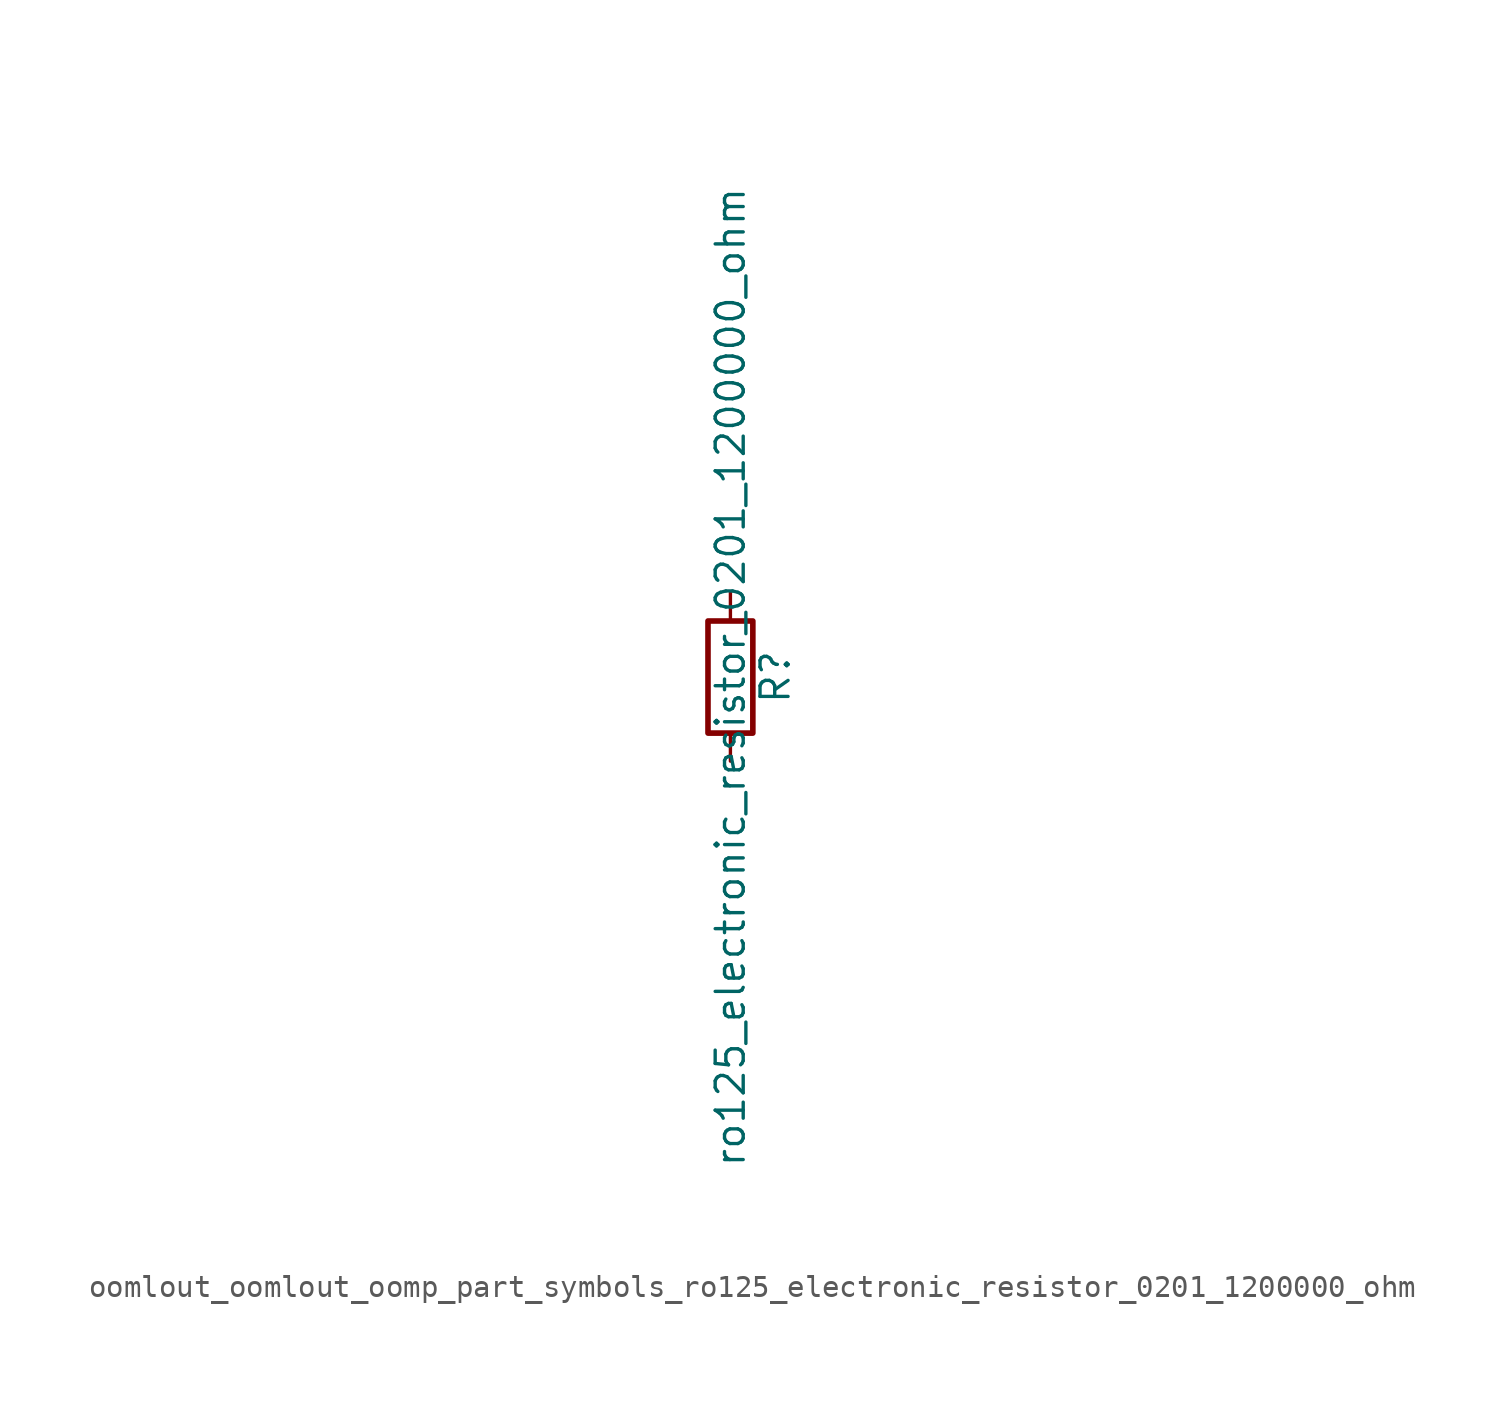
<source format=kicad_sym>
(kicad_symbol_lib
  (version 20220914)
  (generator kicad_symbol_editor)
  (symbol "oomlout_oomlout_oomp_part_symbols_ro125_electronic_resistor_0201_1200000_ohm"
    (pin_numbers hide)
    (pin_names
      (offset 0))
    (property "Reference" "R"
      (at 2.032 0 90)
      (effects (font (size 1.27 1.27))))
    (property "Value" "ro125_electronic_resistor_0201_1200000_ohm"
      (at 0 0 90)
      (effects (font (size 1.27 1.27))))
    (symbol "oomlout_oomlout_oomp_part_symbols_ro125_electronic_resistor_0201_1200000_ohm_0_1"
      (rectangle (start -1.016 -2.54) (end 1.016 2.54) (stroke (width 0.254) (type default)) (fill (type none))))
    (symbol "oomlout_oomlout_oomp_part_symbols_ro125_electronic_resistor_0201_1200000_ohm_1_1"
      (pin passive line (at 0 3.81 270) (length 1.27) (name "~" (effects (font (size 1.27 1.27)))) (number "1" (effects (font (size 1.27 1.27)))))
      (pin passive line (at 0 -3.81 90) (length 1.27) (name "~" (effects (font (size 1.27 1.27)))) (number "2" (effects (font (size 1.27 1.27))))))))
</source>
